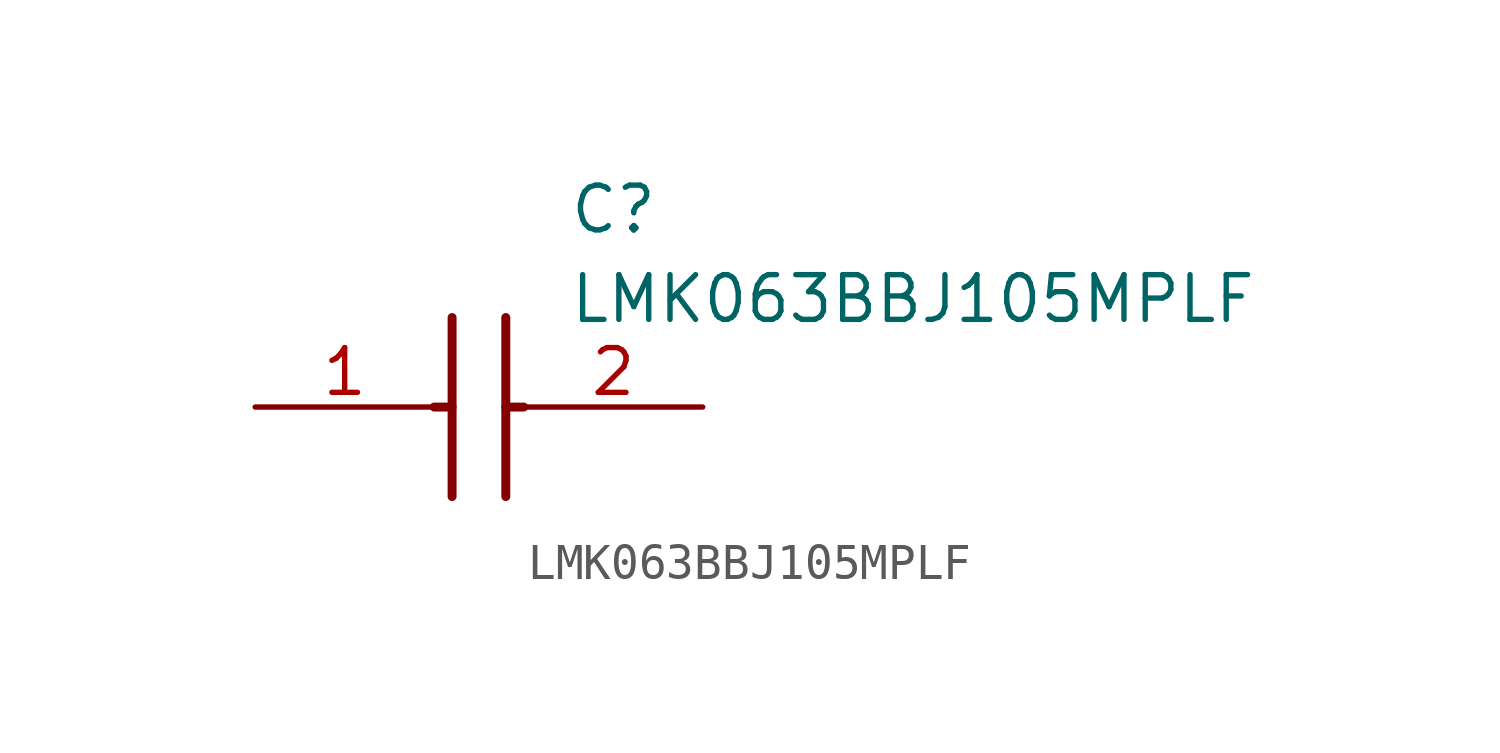
<source format=kicad_sym>
(kicad_symbol_lib
  (version 20211014)
  (generator SamacSys_ECAD_Model)
  (symbol "LMK063BBJ105MPLF"
    (pin_names hide)
    (property "Reference" "C"
      (at 8.89 6.35 0)
      (effects (font (size 1.27 1.27)) (justify left top)))
    (property "Value" "LMK063BBJ105MPLF"
      (at 8.89 3.81 0)
      (effects (font (size 1.27 1.27)) (justify left top)))
    (polyline
      (pts (xy 5.588 2.54) (xy 5.588 -2.54))
      (stroke (width 0.254) (type default))
      (fill (type none)))
    (polyline
      (pts (xy 7.112 2.54) (xy 7.112 -2.54))
      (stroke (width 0.254) (type default))
      (fill (type none)))
    (polyline
      (pts (xy 5.08 0) (xy 5.588 0))
      (stroke (width 0.254) (type default))
      (fill (type none)))
    (polyline
      (pts (xy 7.112 0) (xy 7.62 0))
      (stroke (width 0.254) (type default))
      (fill (type none)))
    (pin passive line
      (at 0 0 0)
      (length 5.08)
      (name "1" (effects (font (size 1.27 1.27))))
      (number "1" (effects (font (size 1.27 1.27)))))
    (pin passive line
      (at 12.7 0 180)
      (length 5.08)
      (name "2" (effects (font (size 1.27 1.27))))
      (number "2" (effects (font (size 1.27 1.27)))))))
</source>
